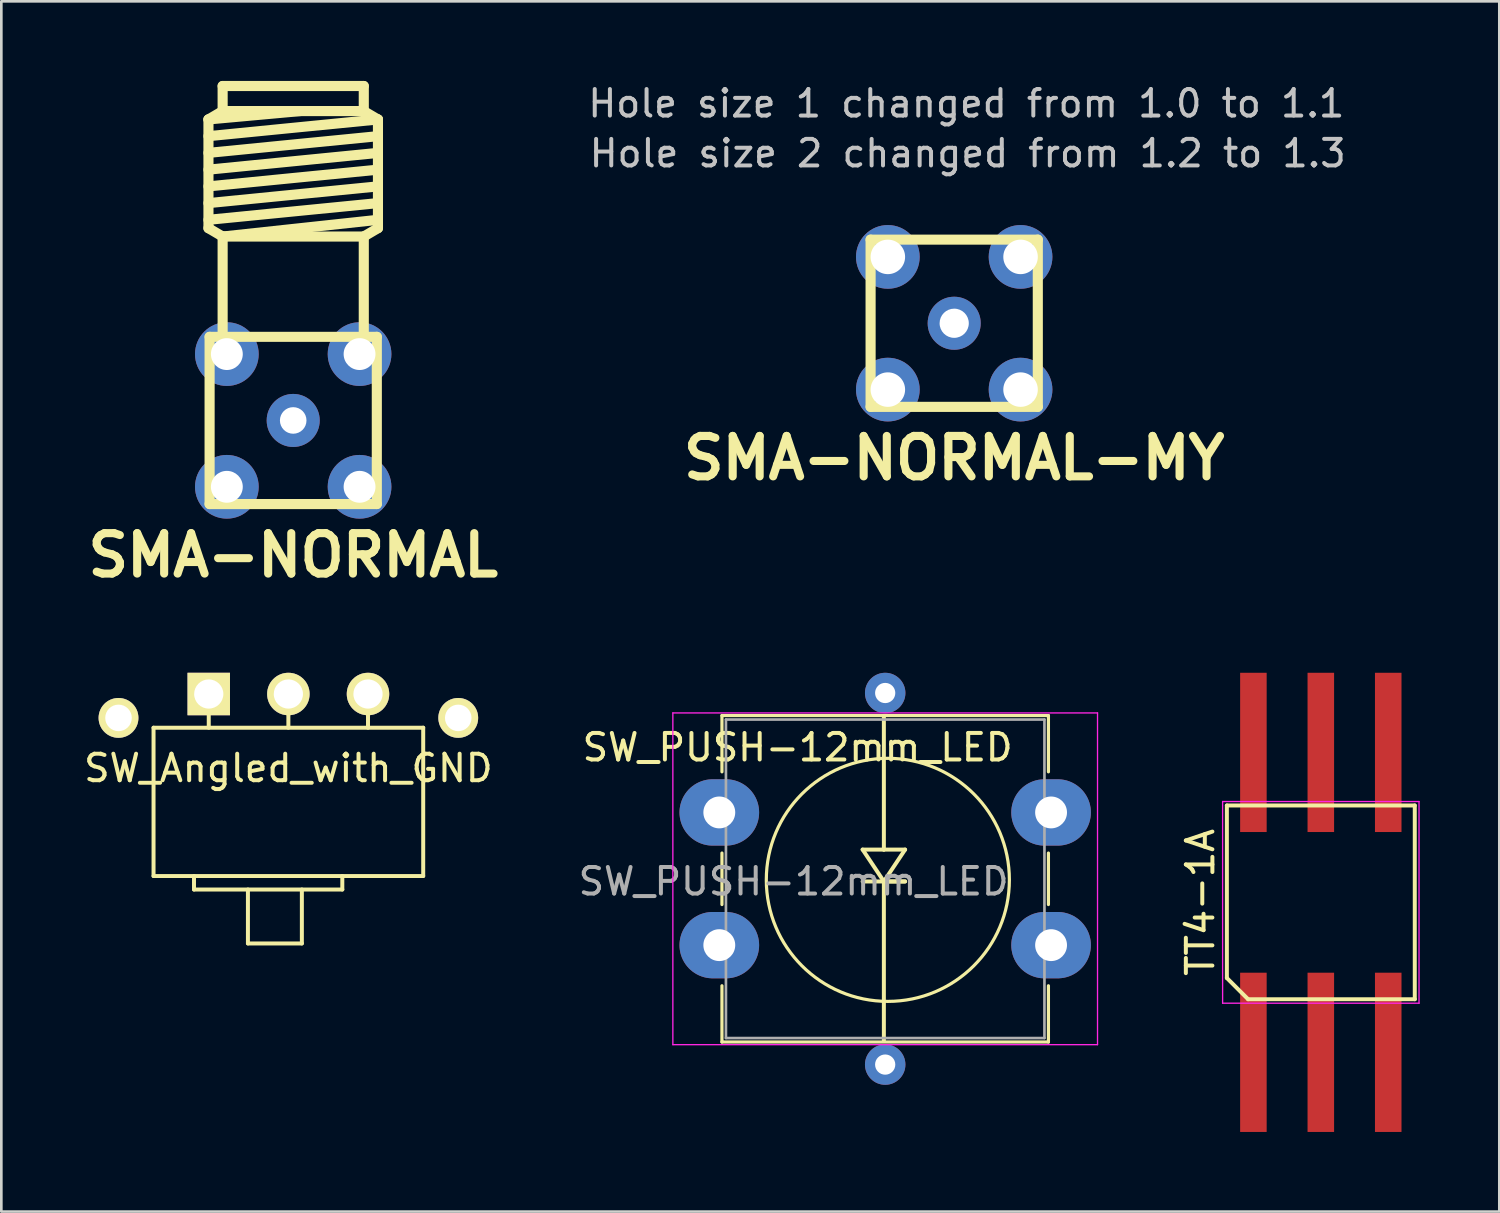
<source format=kicad_pcb>
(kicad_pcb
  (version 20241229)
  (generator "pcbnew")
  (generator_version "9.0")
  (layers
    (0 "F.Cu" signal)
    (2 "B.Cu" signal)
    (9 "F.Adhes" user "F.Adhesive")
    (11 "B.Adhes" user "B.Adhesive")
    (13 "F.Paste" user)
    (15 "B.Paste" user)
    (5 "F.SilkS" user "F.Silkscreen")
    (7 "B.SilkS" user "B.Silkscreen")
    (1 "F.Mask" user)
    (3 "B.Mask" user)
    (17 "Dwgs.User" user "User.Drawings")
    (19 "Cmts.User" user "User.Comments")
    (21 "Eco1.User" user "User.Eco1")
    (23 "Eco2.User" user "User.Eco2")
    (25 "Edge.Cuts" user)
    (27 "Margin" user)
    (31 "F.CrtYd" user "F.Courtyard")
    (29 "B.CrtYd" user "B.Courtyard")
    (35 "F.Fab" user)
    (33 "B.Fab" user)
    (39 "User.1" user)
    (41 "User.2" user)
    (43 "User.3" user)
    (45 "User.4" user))
  (footprint "SW_PUSH-12mm_LED"
    (layer "F.Cu")
    (at 24.051 27.56)
    (property "Reference" "SW_PUSH-12mm_LED" (at 2.95 -2.45 0) (layer "F.SilkS") (effects (font (size 1 1) (thickness 0.15))))
    (attr through_hole)
    (fp_line (start 0.1 -3.65) (end 12.4 -3.65) (stroke (width 0.12) (type solid)) (layer "F.SilkS"))
    (fp_line (start 0.1 -1.53) (end 0.1 -3.65) (stroke (width 0.12) (type solid)) (layer "F.SilkS"))
    (fp_line (start 0.1 3.47) (end 0.1 1.53) (stroke (width 0.12) (type solid)) (layer "F.SilkS"))
    (fp_line (start 0.1 8.65) (end 0.1 6.53) (stroke (width 0.12) (type solid)) (layer "F.SilkS"))
    (fp_line (start 5.4 1.4) (end 6.2 2.6) (stroke (width 0.15) (type solid)) (layer "F.SilkS"))
    (fp_line (start 5.4 2.6) (end 7 2.6) (stroke (width 0.15) (type solid)) (layer "F.SilkS"))
    (fp_line (start 6.2 -3.6) (end 6.2 1.4) (stroke (width 0.15) (type solid)) (layer "F.SilkS"))
    (fp_line (start 6.2 1.4) (end 5.4 1.4) (stroke (width 0.15) (type solid)) (layer "F.SilkS"))
    (fp_line (start 6.2 2.6) (end 6.2 8.6) (stroke (width 0.15) (type solid)) (layer "F.SilkS"))
    (fp_line (start 6.2 2.6) (end 7 1.4) (stroke (width 0.15) (type solid)) (layer "F.SilkS"))
    (fp_line (start 7 1.4) (end 6.2 1.4) (stroke (width 0.15) (type solid)) (layer "F.SilkS"))
    (fp_line (start 7 2.6) (end 6.2 2.6) (stroke (width 0.15) (type solid)) (layer "F.SilkS"))
    (fp_line (start 12.4 -3.65) (end 12.4 -1.53) (stroke (width 0.12) (type solid)) (layer "F.SilkS"))
    (fp_line (start 12.4 1.53) (end 12.4 3.47) (stroke (width 0.12) (type solid)) (layer "F.SilkS"))
    (fp_line (start 12.4 6.53) (end 12.4 8.65) (stroke (width 0.12) (type solid)) (layer "F.SilkS"))
    (fp_line (start 12.4 8.65) (end 0.1 8.65) (stroke (width 0.12) (type solid)) (layer "F.SilkS"))
    (fp_circle (center 6.35 2.54) (end 10.929 2.54) (stroke (width 0.12) (type solid)) (fill no) (layer "F.SilkS"))
    (fp_line (start -1.75 -3.75) (end -1.75 8.75) (stroke (width 0.05) (type solid)) (layer "F.CrtYd"))
    (fp_line (start -1.75 8.75) (end 14.25 8.75) (stroke (width 0.05) (type solid)) (layer "F.CrtYd"))
    (fp_line (start 14.25 -3.75) (end -1.75 -3.75) (stroke (width 0.05) (type solid)) (layer "F.CrtYd"))
    (fp_line (start 14.25 8.75) (end 14.25 -3.75) (stroke (width 0.05) (type solid)) (layer "F.CrtYd"))
    (fp_line (start 0.25 -3.5) (end 0.25 8.5) (stroke (width 0.1) (type solid)) (layer "F.Fab"))
    (fp_line (start 0.25 8.5) (end 12.25 8.5) (stroke (width 0.1) (type solid)) (layer "F.Fab"))
    (fp_line (start 12.25 -3.5) (end 0.25 -3.5) (stroke (width 0.1) (type solid)) (layer "F.Fab"))
    (fp_line (start 12.25 8.5) (end 12.25 -3.5) (stroke (width 0.1) (type solid)) (layer "F.Fab"))
    (fp_text user "${REFERENCE}" (at 2.8 2.6 0) (layer "F.Fab") (effects (font (size 1 1) (thickness 0.15))))
    (pad "1" thru_hole oval (at 0 0) (size 3 2.5) (drill 1.2) (layers "*.Cu" "*.Mask"))
    (pad "1" thru_hole oval (at 12.5 0) (size 3 2.5) (drill 1.2) (layers "*.Cu" "*.Mask"))
    (pad "2" thru_hole oval (at 0 5) (size 3 2.5) (drill 1.2) (layers "*.Cu" "*.Mask"))
    (pad "2" thru_hole oval (at 12.5 5) (size 3 2.5) (drill 1.2) (layers "*.Cu" "*.Mask"))
    (pad "3" thru_hole circle (at 6.25 9.5) (size 1.524 1.524) (drill 0.762) (layers "*.Cu" "*.Mask"))
    (pad "4" thru_hole circle (at 6.25 -4.5) (size 1.524 1.524) (drill 0.762) (layers "*.Cu" "*.Mask")))
  (footprint "SMA-NORMAL"
    (layer "F.Cu")
    (at 7.997 12.791)
    (property "Reference" "SMA-NORMAL" (at 0 5.08 0) (layer "F.SilkS") (effects (font (size 1.524 1.524) (thickness 0.305))))
    (attr through_hole)
    (fp_line (start -3.193 -11.341) (end -2.659 -11.656) (stroke (width 0.381) (type solid)) (layer "F.SilkS"))
    (fp_line (start -3.193 -11.341) (end 0.267 -11.656) (stroke (width 0.381) (type solid)) (layer "F.SilkS"))
    (fp_line (start -3.193 -10.711) (end 3.193 -11.341) (stroke (width 0.381) (type solid)) (layer "F.SilkS"))
    (fp_line (start -3.193 -10.081) (end 3.193 -10.711) (stroke (width 0.381) (type solid)) (layer "F.SilkS"))
    (fp_line (start -3.193 -9.449) (end 3.193 -10.081) (stroke (width 0.381) (type solid)) (layer "F.SilkS"))
    (fp_line (start -3.193 -8.819) (end 3.193 -9.449) (stroke (width 0.381) (type solid)) (layer "F.SilkS"))
    (fp_line (start -3.193 -8.189) (end 3.193 -8.819) (stroke (width 0.381) (type solid)) (layer "F.SilkS"))
    (fp_line (start -3.193 -7.559) (end 3.193 -8.189) (stroke (width 0.381) (type solid)) (layer "F.SilkS"))
    (fp_line (start -3.193 -7.244) (end -3.193 -11.341) (stroke (width 0.381) (type solid)) (layer "F.SilkS"))
    (fp_line (start -3.15 -3.15) (end 3.15 -3.15) (stroke (width 0.381) (type solid)) (layer "F.SilkS"))
    (fp_line (start -3.15 3.15) (end -3.15 -3.15) (stroke (width 0.381) (type solid)) (layer "F.SilkS"))
    (fp_line (start -2.659 -11.656) (end -2.659 -12.601) (stroke (width 0.381) (type solid)) (layer "F.SilkS"))
    (fp_line (start -2.659 -11.656) (end 2.659 -11.656) (stroke (width 0.381) (type solid)) (layer "F.SilkS"))
    (fp_line (start -2.659 -6.929) (end -3.193 -7.244) (stroke (width 0.381) (type solid)) (layer "F.SilkS"))
    (fp_line (start -2.659 -3.15) (end -2.659 -6.929) (stroke (width 0.381) (type solid)) (layer "F.SilkS"))
    (fp_line (start 2.659 -12.601) (end -2.659 -12.601) (stroke (width 0.381) (type solid)) (layer "F.SilkS"))
    (fp_line (start 2.659 -11.656) (end 2.659 -12.601) (stroke (width 0.381) (type solid)) (layer "F.SilkS"))
    (fp_line (start 2.659 -11.656) (end 3.193 -11.341) (stroke (width 0.381) (type solid)) (layer "F.SilkS"))
    (fp_line (start 2.659 -6.929) (end -2.659 -6.929) (stroke (width 0.381) (type solid)) (layer "F.SilkS"))
    (fp_line (start 2.659 -3.15) (end 2.659 -6.929) (stroke (width 0.381) (type solid)) (layer "F.SilkS"))
    (fp_line (start 3.15 -3.15) (end 3.15 3.15) (stroke (width 0.381) (type solid)) (layer "F.SilkS"))
    (fp_line (start 3.15 3.15) (end -3.15 3.15) (stroke (width 0.381) (type solid)) (layer "F.SilkS"))
    (fp_line (start 3.193 -11.341) (end 3.193 -7.244) (stroke (width 0.381) (type solid)) (layer "F.SilkS"))
    (fp_line (start 3.193 -7.559) (end -2.659 -6.929) (stroke (width 0.381) (type solid)) (layer "F.SilkS"))
    (fp_line (start 3.193 -7.244) (end 2.659 -6.929) (stroke (width 0.381) (type solid)) (layer "F.SilkS"))
    (pad "1" thru_hole circle (at 0 0) (size 1.999 1.999) (drill 1.001) (layers "*.Cu" "*.Mask"))
    (pad "2" thru_hole circle (at -2.5 -2.5) (size 2.4 2.4) (drill 1.2) (layers "*.Cu" "*.Mask"))
    (pad "2" thru_hole circle (at -2.5 2.5) (size 2.4 2.4) (drill 1.2) (layers "*.Cu" "*.Mask"))
    (pad "2" thru_hole circle (at 2.5 -2.5) (size 2.4 2.4) (drill 1.2) (layers "*.Cu" "*.Mask"))
    (pad "2" thru_hole circle (at 2.5 2.5) (size 2.4 2.4) (drill 1.2) (layers "*.Cu" "*.Mask")))
  (footprint "TT4-1A"
    (layer "F.Cu")
    (at 46.714 30.948)
    (property "Reference" "TT4-1A" (at -4.54 0 90) (layer "F.SilkS") (effects (font (size 1 1) (thickness 0.15))))
    (attr smd)
    (fp_line (start -3.54 -3.65) (end 3.54 -3.65) (stroke (width 0.15) (type solid)) (layer "F.SilkS"))
    (fp_line (start -3.54 2.85) (end -3.54 -3.65) (stroke (width 0.15) (type solid)) (layer "F.SilkS"))
    (fp_line (start -2.74 3.65) (end -3.54 2.85) (stroke (width 0.15) (type solid)) (layer "F.SilkS"))
    (fp_line (start 3.54 -3.65) (end 3.54 3.65) (stroke (width 0.15) (type solid)) (layer "F.SilkS"))
    (fp_line (start 3.54 3.65) (end -2.74 3.65) (stroke (width 0.15) (type solid)) (layer "F.SilkS"))
    (fp_line (start -3.7 -3.8) (end 3.7 -3.8) (stroke (width 0.05) (type solid)) (layer "F.CrtYd"))
    (fp_line (start -3.7 3.8) (end -3.7 -3.8) (stroke (width 0.05) (type solid)) (layer "F.CrtYd"))
    (fp_line (start 3.7 -3.8) (end 3.7 3.8) (stroke (width 0.05) (type solid)) (layer "F.CrtYd"))
    (fp_line (start 3.7 3.8) (end -3.7 3.8) (stroke (width 0.05) (type solid)) (layer "F.CrtYd"))
    (pad "1" smd rect (at -2.54 5.65) (size 1 6) (layers "F.Cu" "F.Mask" "F.Paste"))
    (pad "2" smd rect (at 0 5.65) (size 1 6) (layers "F.Cu" "F.Mask" "F.Paste"))
    (pad "3" smd rect (at 2.54 5.65) (size 1 6) (layers "F.Cu" "F.Mask" "F.Paste"))
    (pad "4" smd rect (at 2.54 -5.65) (size 1 6) (layers "F.Cu" "F.Mask" "F.Paste"))
    (pad "5" smd rect (at 0 -5.65) (size 1 6) (layers "F.Cu" "F.Mask" "F.Paste"))
    (pad "6" smd rect (at -2.54 -5.65) (size 1 6) (layers "F.Cu" "F.Mask" "F.Paste")))
  (footprint "SW_Angled_with_GND"
    (layer "F.Cu")
    (at 7.815 23.098)
    (property "Reference" "SW_Angled_with_GND" (at 0 2.794 0) (layer "F.SilkS") (effects (font (size 1 1) (thickness 0.15))))
    (attr through_hole)
    (fp_line (start -5.08 1.27) (end -5.08 6.858) (stroke (width 0.15) (type solid)) (layer "F.SilkS"))
    (fp_line (start -5.08 1.27) (end 5.08 1.27) (stroke (width 0.15) (type solid)) (layer "F.SilkS"))
    (fp_line (start -3.556 6.858) (end -3.556 7.366) (stroke (width 0.15) (type solid)) (layer "F.SilkS"))
    (fp_line (start -3.556 7.366) (end 2.032 7.366) (stroke (width 0.15) (type solid)) (layer "F.SilkS"))
    (fp_line (start -3 0) (end -3 1.27) (stroke (width 0.15) (type solid)) (layer "F.SilkS"))
    (fp_line (start -1.524 7.366) (end -1.524 9.398) (stroke (width 0.15) (type solid)) (layer "F.SilkS"))
    (fp_line (start -1.524 9.398) (end 0.508 9.398) (stroke (width 0.15) (type solid)) (layer "F.SilkS"))
    (fp_line (start 0 0) (end 0 1.27) (stroke (width 0.15) (type solid)) (layer "F.SilkS"))
    (fp_line (start 0.508 7.366) (end 0.508 9.398) (stroke (width 0.15) (type solid)) (layer "F.SilkS"))
    (fp_line (start 2.032 7.366) (end 2.032 6.858) (stroke (width 0.15) (type solid)) (layer "F.SilkS"))
    (fp_line (start 3 0) (end 3 1.27) (stroke (width 0.15) (type solid)) (layer "F.SilkS"))
    (fp_line (start 5.08 1.27) (end 5.08 6.858) (stroke (width 0.15) (type solid)) (layer "F.SilkS"))
    (fp_line (start 5.08 6.858) (end -5.08 6.858) (stroke (width 0.15) (type solid)) (layer "F.SilkS"))
    (pad "1" thru_hole rect (at -3 0) (size 1.6 1.6) (drill 1.1) (layers "*.Cu" "*.Mask" "F.SilkS"))
    (pad "2" thru_hole circle (at 0 0) (size 1.6 1.6) (drill 1.1) (layers "*.Cu" "*.Mask" "F.SilkS"))
    (pad "3" thru_hole circle (at 3 0) (size 1.6 1.6) (drill 1.1) (layers "*.Cu" "*.Mask" "F.SilkS"))
    (pad "GND" thru_hole circle (at -6.4 0.9) (size 1.5 1.5) (drill 1) (layers "*.Cu" "*.Mask" "F.SilkS"))
    (pad "GND" thru_hole circle (at 6.4 0.9) (size 1.5 1.5) (drill 1) (layers "*.Cu" "*.Mask" "F.SilkS")))
  (footprint "SMA-NORMAL-MY"
    (layer "F.Cu")
    (at 32.901 9.129)
    (property "Reference" "SMA-NORMAL-MY" (at 0 5.08 0) (layer "F.SilkS") (effects (font (size 1.524 1.524) (thickness 0.305))))
    (attr through_hole)
    (fp_line (start -3.15 -3.15) (end 3.15 -3.15) (stroke (width 0.381) (type solid)) (layer "F.SilkS"))
    (fp_line (start -3.15 3.15) (end -3.15 -3.15) (stroke (width 0.381) (type solid)) (layer "F.SilkS"))
    (fp_line (start 3.15 -3.15) (end 3.15 3.15) (stroke (width 0.381) (type solid)) (layer "F.SilkS"))
    (fp_line (start 3.15 3.15) (end -3.15 3.15) (stroke (width 0.381) (type solid)) (layer "F.SilkS"))
    (fp_text user "Hole size 1 changed from 1.0 to 1.1" (at 0.457 -8.28 0) (layer "Dwgs.User") (effects (font (size 1 1) (thickness 0.15))))
    (fp_text user "Hole size 2 changed from 1.2 to 1.3" (at 0.508 -6.401 0) (layer "Dwgs.User") (effects (font (size 1 1) (thickness 0.15))))
    (pad "1" thru_hole circle (at 0 0) (size 1.999 1.999) (drill 1.1) (layers "*.Cu" "*.Mask"))
    (pad "2" thru_hole circle (at -2.5 -2.5) (size 2.4 2.4) (drill 1.3) (layers "*.Cu" "*.Mask"))
    (pad "2" thru_hole circle (at -2.5 2.5) (size 2.4 2.4) (drill 1.3) (layers "*.Cu" "*.Mask"))
    (pad "2" thru_hole circle (at 2.5 -2.5) (size 2.4 2.4) (drill 1.3) (layers "*.Cu" "*.Mask"))
    (pad "2" thru_hole circle (at 2.5 2.5) (size 2.4 2.4) (drill 1.3) (layers "*.Cu" "*.Mask")))
  (gr_rect
    (start -3 -3)
    (end 53.439 42.598)
    (stroke (width 0.1) (type default))
    (fill no)
    (layer "Edge.Cuts")))
</source>
